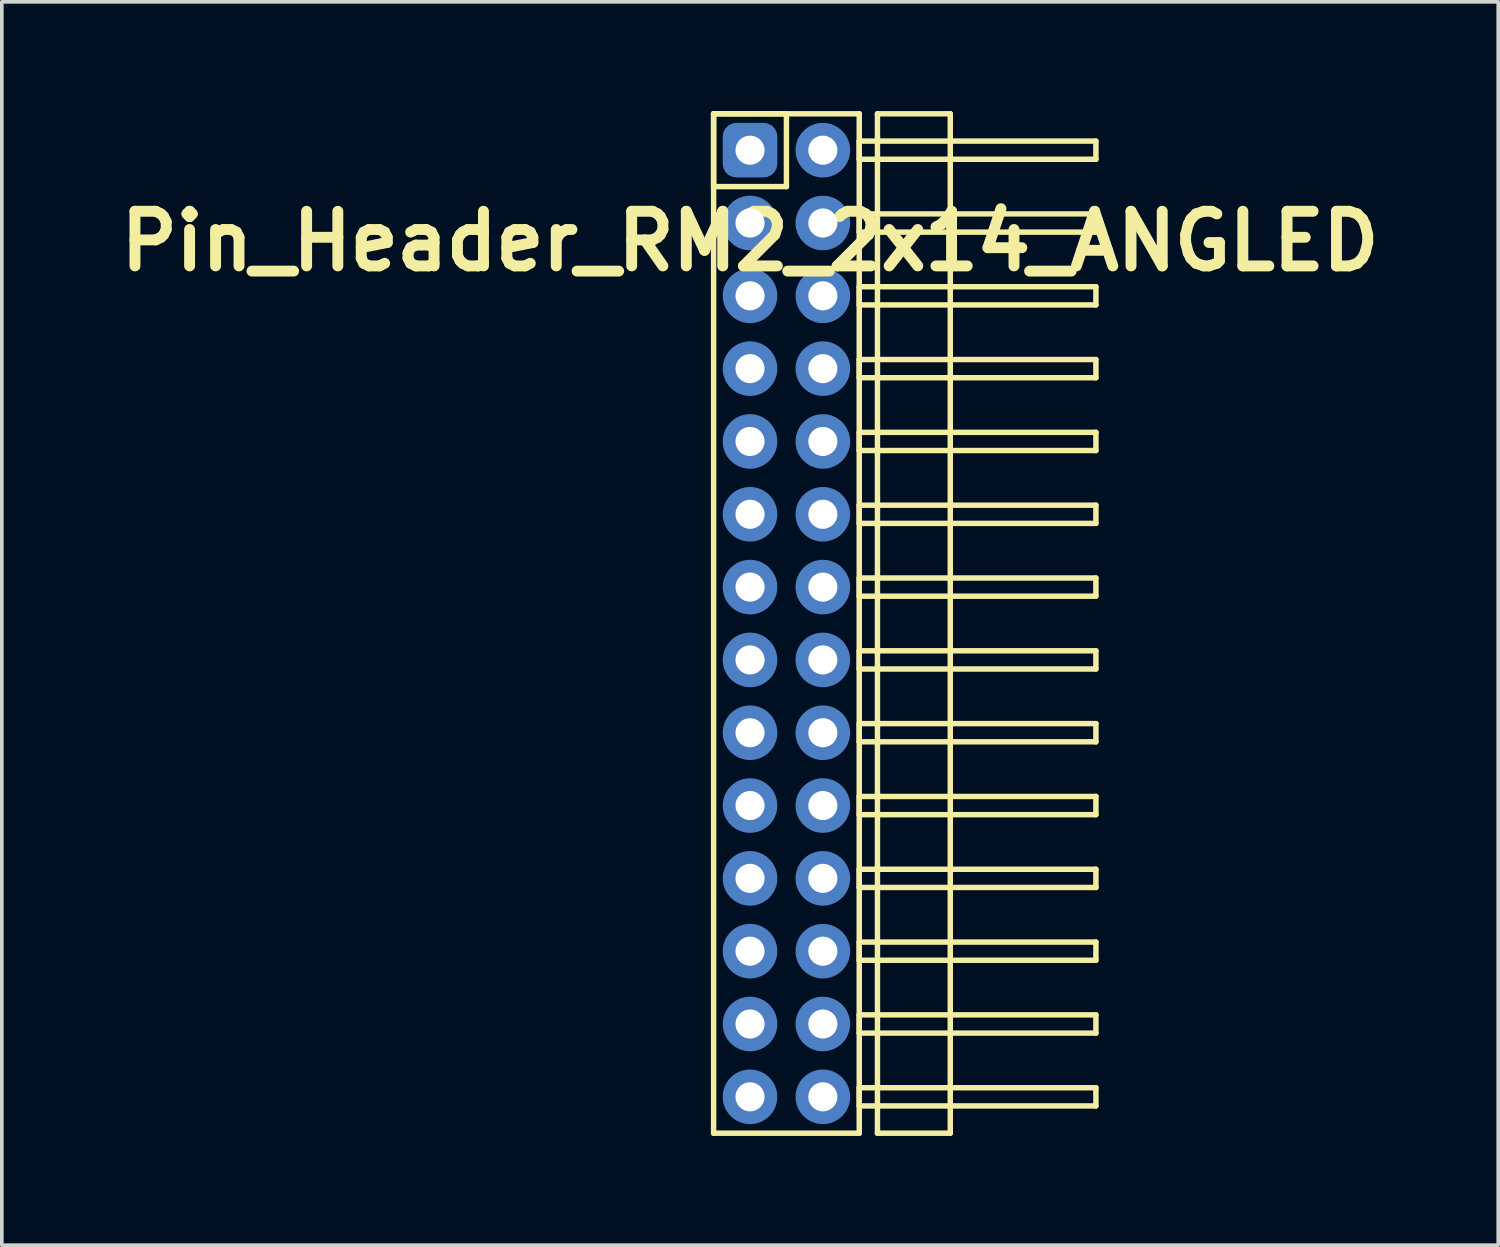
<source format=kicad_pcb>
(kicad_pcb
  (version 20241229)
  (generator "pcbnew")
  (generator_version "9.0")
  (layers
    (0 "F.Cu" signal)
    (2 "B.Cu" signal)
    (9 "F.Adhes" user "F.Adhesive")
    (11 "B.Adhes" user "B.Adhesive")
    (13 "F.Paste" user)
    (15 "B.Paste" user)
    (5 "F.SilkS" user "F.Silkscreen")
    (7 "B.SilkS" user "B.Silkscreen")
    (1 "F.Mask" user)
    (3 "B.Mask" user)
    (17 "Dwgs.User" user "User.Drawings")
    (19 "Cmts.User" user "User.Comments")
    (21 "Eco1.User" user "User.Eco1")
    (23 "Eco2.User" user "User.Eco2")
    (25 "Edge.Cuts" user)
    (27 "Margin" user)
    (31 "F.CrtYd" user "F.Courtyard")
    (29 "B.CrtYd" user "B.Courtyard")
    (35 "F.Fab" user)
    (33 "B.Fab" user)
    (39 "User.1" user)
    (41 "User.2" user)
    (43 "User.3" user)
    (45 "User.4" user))
  (footprint "Pin_Header_RM2_2x14_ANGLED"
    (layer "F.Cu")
    (at 17.55 1.075)
    (property "Reference" "Pin_Header_RM2_2x14_ANGLED" (at 0 2.5 0) (layer "F.SilkS") (effects (font (size 1.5 1.5) (thickness 0.3))))
    (attr through_hole)
    (fp_line (start -1 -1) (end 1 -1) (stroke (width 0.15) (type solid)) (layer "F.SilkS"))
    (fp_line (start -1 -1) (end 3 -1) (stroke (width 0.15) (type solid)) (layer "F.SilkS"))
    (fp_line (start -1 1) (end -1 -1) (stroke (width 0.15) (type solid)) (layer "F.SilkS"))
    (fp_line (start -1 27) (end -1 -1) (stroke (width 0.15) (type solid)) (layer "F.SilkS"))
    (fp_line (start 1 -1) (end 1 1) (stroke (width 0.15) (type solid)) (layer "F.SilkS"))
    (fp_line (start 1 1) (end -1 1) (stroke (width 0.15) (type solid)) (layer "F.SilkS"))
    (fp_line (start 3 -1) (end 3 27) (stroke (width 0.15) (type solid)) (layer "F.SilkS"))
    (fp_line (start 3 -0.25) (end 9.5 -0.25) (stroke (width 0.15) (type solid)) (layer "F.SilkS"))
    (fp_line (start 3 0.25) (end 3 -0.25) (stroke (width 0.15) (type solid)) (layer "F.SilkS"))
    (fp_line (start 3 1.75) (end 9.5 1.75) (stroke (width 0.15) (type solid)) (layer "F.SilkS"))
    (fp_line (start 3 2.25) (end 3 1.75) (stroke (width 0.15) (type solid)) (layer "F.SilkS"))
    (fp_line (start 3 3.75) (end 9.5 3.75) (stroke (width 0.15) (type solid)) (layer "F.SilkS"))
    (fp_line (start 3 4.25) (end 3 3.75) (stroke (width 0.15) (type solid)) (layer "F.SilkS"))
    (fp_line (start 3 5.75) (end 9.5 5.75) (stroke (width 0.15) (type solid)) (layer "F.SilkS"))
    (fp_line (start 3 6.25) (end 3 5.75) (stroke (width 0.15) (type solid)) (layer "F.SilkS"))
    (fp_line (start 3 7.75) (end 9.5 7.75) (stroke (width 0.15) (type solid)) (layer "F.SilkS"))
    (fp_line (start 3 8.25) (end 3 7.75) (stroke (width 0.15) (type solid)) (layer "F.SilkS"))
    (fp_line (start 3 9.75) (end 9.5 9.75) (stroke (width 0.15) (type solid)) (layer "F.SilkS"))
    (fp_line (start 3 10.25) (end 3 9.75) (stroke (width 0.15) (type solid)) (layer "F.SilkS"))
    (fp_line (start 3 11.75) (end 9.5 11.75) (stroke (width 0.15) (type solid)) (layer "F.SilkS"))
    (fp_line (start 3 12.25) (end 3 11.75) (stroke (width 0.15) (type solid)) (layer "F.SilkS"))
    (fp_line (start 3 13.75) (end 9.5 13.75) (stroke (width 0.15) (type solid)) (layer "F.SilkS"))
    (fp_line (start 3 14.25) (end 3 13.75) (stroke (width 0.15) (type solid)) (layer "F.SilkS"))
    (fp_line (start 3 15.75) (end 9.5 15.75) (stroke (width 0.15) (type solid)) (layer "F.SilkS"))
    (fp_line (start 3 16.25) (end 3 15.75) (stroke (width 0.15) (type solid)) (layer "F.SilkS"))
    (fp_line (start 3 17.75) (end 9.5 17.75) (stroke (width 0.15) (type solid)) (layer "F.SilkS"))
    (fp_line (start 3 18.25) (end 3 17.75) (stroke (width 0.15) (type solid)) (layer "F.SilkS"))
    (fp_line (start 3 19.75) (end 9.5 19.75) (stroke (width 0.15) (type solid)) (layer "F.SilkS"))
    (fp_line (start 3 20.25) (end 3 19.75) (stroke (width 0.15) (type solid)) (layer "F.SilkS"))
    (fp_line (start 3 21.75) (end 9.5 21.75) (stroke (width 0.15) (type solid)) (layer "F.SilkS"))
    (fp_line (start 3 22.25) (end 3 21.75) (stroke (width 0.15) (type solid)) (layer "F.SilkS"))
    (fp_line (start 3 23.75) (end 9.5 23.75) (stroke (width 0.15) (type solid)) (layer "F.SilkS"))
    (fp_line (start 3 24.25) (end 3 23.75) (stroke (width 0.15) (type solid)) (layer "F.SilkS"))
    (fp_line (start 3 25.75) (end 9.5 25.75) (stroke (width 0.15) (type solid)) (layer "F.SilkS"))
    (fp_line (start 3 26.25) (end 3 25.75) (stroke (width 0.15) (type solid)) (layer "F.SilkS"))
    (fp_line (start 3 27) (end -1 27) (stroke (width 0.15) (type solid)) (layer "F.SilkS"))
    (fp_line (start 3.5 -1) (end 5.5 -1) (stroke (width 0.15) (type solid)) (layer "F.SilkS"))
    (fp_line (start 3.5 27) (end 3.5 -1) (stroke (width 0.15) (type solid)) (layer "F.SilkS"))
    (fp_line (start 5.5 -1) (end 5.5 27) (stroke (width 0.15) (type solid)) (layer "F.SilkS"))
    (fp_line (start 5.5 27) (end 3.5 27) (stroke (width 0.15) (type solid)) (layer "F.SilkS"))
    (fp_line (start 9.5 -0.25) (end 9.5 0.25) (stroke (width 0.15) (type solid)) (layer "F.SilkS"))
    (fp_line (start 9.5 0.25) (end 3 0.25) (stroke (width 0.15) (type solid)) (layer "F.SilkS"))
    (fp_line (start 9.5 1.75) (end 9.5 2.25) (stroke (width 0.15) (type solid)) (layer "F.SilkS"))
    (fp_line (start 9.5 2.25) (end 3 2.25) (stroke (width 0.15) (type solid)) (layer "F.SilkS"))
    (fp_line (start 9.5 3.75) (end 9.5 4.25) (stroke (width 0.15) (type solid)) (layer "F.SilkS"))
    (fp_line (start 9.5 4.25) (end 3 4.25) (stroke (width 0.15) (type solid)) (layer "F.SilkS"))
    (fp_line (start 9.5 5.75) (end 9.5 6.25) (stroke (width 0.15) (type solid)) (layer "F.SilkS"))
    (fp_line (start 9.5 6.25) (end 3 6.25) (stroke (width 0.15) (type solid)) (layer "F.SilkS"))
    (fp_line (start 9.5 7.75) (end 9.5 8.25) (stroke (width 0.15) (type solid)) (layer "F.SilkS"))
    (fp_line (start 9.5 8.25) (end 3 8.25) (stroke (width 0.15) (type solid)) (layer "F.SilkS"))
    (fp_line (start 9.5 9.75) (end 9.5 10.25) (stroke (width 0.15) (type solid)) (layer "F.SilkS"))
    (fp_line (start 9.5 10.25) (end 3 10.25) (stroke (width 0.15) (type solid)) (layer "F.SilkS"))
    (fp_line (start 9.5 11.75) (end 9.5 12.25) (stroke (width 0.15) (type solid)) (layer "F.SilkS"))
    (fp_line (start 9.5 12.25) (end 3 12.25) (stroke (width 0.15) (type solid)) (layer "F.SilkS"))
    (fp_line (start 9.5 13.75) (end 9.5 14.25) (stroke (width 0.15) (type solid)) (layer "F.SilkS"))
    (fp_line (start 9.5 14.25) (end 3 14.25) (stroke (width 0.15) (type solid)) (layer "F.SilkS"))
    (fp_line (start 9.5 15.75) (end 9.5 16.25) (stroke (width 0.15) (type solid)) (layer "F.SilkS"))
    (fp_line (start 9.5 16.25) (end 3 16.25) (stroke (width 0.15) (type solid)) (layer "F.SilkS"))
    (fp_line (start 9.5 17.75) (end 9.5 18.25) (stroke (width 0.15) (type solid)) (layer "F.SilkS"))
    (fp_line (start 9.5 18.25) (end 3 18.25) (stroke (width 0.15) (type solid)) (layer "F.SilkS"))
    (fp_line (start 9.5 19.75) (end 9.5 20.25) (stroke (width 0.15) (type solid)) (layer "F.SilkS"))
    (fp_line (start 9.5 20.25) (end 3 20.25) (stroke (width 0.15) (type solid)) (layer "F.SilkS"))
    (fp_line (start 9.5 21.75) (end 9.5 22.25) (stroke (width 0.15) (type solid)) (layer "F.SilkS"))
    (fp_line (start 9.5 22.25) (end 3 22.25) (stroke (width 0.15) (type solid)) (layer "F.SilkS"))
    (fp_line (start 9.5 23.75) (end 9.5 24.25) (stroke (width 0.15) (type solid)) (layer "F.SilkS"))
    (fp_line (start 9.5 24.25) (end 3 24.25) (stroke (width 0.15) (type solid)) (layer "F.SilkS"))
    (fp_line (start 9.5 25.75) (end 9.5 26.25) (stroke (width 0.15) (type solid)) (layer "F.SilkS"))
    (fp_line (start 9.5 26.25) (end 3 26.25) (stroke (width 0.15) (type solid)) (layer "F.SilkS"))
    (pad "1" thru_hole circle (at 0 0) (size 1.1 1.1) (drill 0.8) (layers "*.Cu" "*.Mask"))
    (pad "1" smd roundrect (at 0 0) (size 1.25 1.25) (layers "F.Cu" "F.Mask") (roundrect_rratio 0.25))
    (pad "1" smd roundrect (at 0 0) (size 1.5 1.5) (layers "B.Cu" "B.Mask") (roundrect_rratio 0.25))
    (pad "2" thru_hole circle (at 2 0) (size 1.1 1.1) (drill 0.8) (layers "*.Cu" "*.Mask"))
    (pad "2" smd circle (at 2 0) (size 1.25 1.25) (layers "F.Cu" "F.Mask"))
    (pad "2" smd circle (at 2 0) (size 1.5 1.5) (layers "B.Cu" "B.Mask"))
    (pad "3" thru_hole circle (at 0 2) (size 1.1 1.1) (drill 0.8) (layers "*.Cu" "*.Mask"))
    (pad "3" smd circle (at 0 2) (size 1.25 1.25) (layers "F.Cu" "F.Mask"))
    (pad "3" smd circle (at 0 2) (size 1.5 1.5) (layers "B.Cu" "B.Mask"))
    (pad "4" thru_hole circle (at 2 2) (size 1.1 1.1) (drill 0.8) (layers "*.Cu" "*.Mask"))
    (pad "4" smd circle (at 2 2) (size 1.25 1.25) (layers "F.Cu" "F.Mask"))
    (pad "4" smd circle (at 2 2) (size 1.5 1.5) (layers "B.Cu" "B.Mask"))
    (pad "5" thru_hole circle (at 0 4) (size 1.1 1.1) (drill 0.8) (layers "*.Cu" "*.Mask"))
    (pad "5" smd circle (at 0 4) (size 1.25 1.25) (layers "F.Cu" "F.Mask"))
    (pad "5" smd circle (at 0 4) (size 1.5 1.5) (layers "B.Cu" "B.Mask"))
    (pad "6" thru_hole circle (at 2 4) (size 1.1 1.1) (drill 0.8) (layers "*.Cu" "*.Mask"))
    (pad "6" smd circle (at 2 4) (size 1.25 1.25) (layers "F.Cu" "F.Mask"))
    (pad "6" smd circle (at 2 4) (size 1.5 1.5) (layers "B.Cu" "B.Mask"))
    (pad "7" thru_hole circle (at 0 6) (size 1.1 1.1) (drill 0.8) (layers "*.Cu" "*.Mask"))
    (pad "7" smd circle (at 0 6) (size 1.25 1.25) (layers "F.Cu" "F.Mask"))
    (pad "7" smd circle (at 0 6) (size 1.5 1.5) (layers "B.Cu" "B.Mask"))
    (pad "8" thru_hole circle (at 2 6) (size 1.1 1.1) (drill 0.8) (layers "*.Cu" "*.Mask"))
    (pad "8" smd circle (at 2 6) (size 1.25 1.25) (layers "F.Cu" "F.Mask"))
    (pad "8" smd circle (at 2 6) (size 1.5 1.5) (layers "B.Cu" "B.Mask"))
    (pad "9" thru_hole circle (at 0 8) (size 1.1 1.1) (drill 0.8) (layers "*.Cu" "*.Mask"))
    (pad "9" smd circle (at 0 8) (size 1.25 1.25) (layers "F.Cu" "F.Mask"))
    (pad "9" smd circle (at 0 8) (size 1.5 1.5) (layers "B.Cu" "B.Mask"))
    (pad "10" thru_hole circle (at 2 8) (size 1.1 1.1) (drill 0.8) (layers "*.Cu" "*.Mask"))
    (pad "10" smd circle (at 2 8) (size 1.25 1.25) (layers "F.Cu" "F.Mask"))
    (pad "10" smd circle (at 2 8) (size 1.5 1.5) (layers "B.Cu" "B.Mask"))
    (pad "11" thru_hole circle (at 0 10) (size 1.1 1.1) (drill 0.8) (layers "*.Cu" "*.Mask"))
    (pad "11" smd circle (at 0 10) (size 1.25 1.25) (layers "F.Cu" "F.Mask"))
    (pad "11" smd circle (at 0 10) (size 1.5 1.5) (layers "B.Cu" "B.Mask"))
    (pad "12" thru_hole circle (at 2 10) (size 1.1 1.1) (drill 0.8) (layers "*.Cu" "*.Mask"))
    (pad "12" smd circle (at 2 10) (size 1.25 1.25) (layers "F.Cu" "F.Mask"))
    (pad "12" smd circle (at 2 10) (size 1.5 1.5) (layers "B.Cu" "B.Mask"))
    (pad "13" thru_hole circle (at 0 12) (size 1.1 1.1) (drill 0.8) (layers "*.Cu" "*.Mask"))
    (pad "13" smd circle (at 0 12) (size 1.25 1.25) (layers "F.Cu" "F.Mask"))
    (pad "13" smd circle (at 0 12) (size 1.5 1.5) (layers "B.Cu" "B.Mask"))
    (pad "14" thru_hole circle (at 2 12) (size 1.1 1.1) (drill 0.8) (layers "*.Cu" "*.Mask"))
    (pad "14" smd circle (at 2 12) (size 1.25 1.25) (layers "F.Cu" "F.Mask"))
    (pad "14" smd circle (at 2 12) (size 1.5 1.5) (layers "B.Cu" "B.Mask"))
    (pad "15" thru_hole circle (at 0 14) (size 1.1 1.1) (drill 0.8) (layers "*.Cu" "*.Mask"))
    (pad "15" smd circle (at 0 14) (size 1.25 1.25) (layers "F.Cu" "F.Mask"))
    (pad "15" smd circle (at 0 14) (size 1.5 1.5) (layers "B.Cu" "B.Mask"))
    (pad "16" thru_hole circle (at 2 14) (size 1.1 1.1) (drill 0.8) (layers "*.Cu" "*.Mask"))
    (pad "16" smd circle (at 2 14) (size 1.25 1.25) (layers "F.Cu" "F.Mask"))
    (pad "16" smd circle (at 2 14) (size 1.5 1.5) (layers "B.Cu" "B.Mask"))
    (pad "17" thru_hole circle (at 0 16) (size 1.1 1.1) (drill 0.8) (layers "*.Cu" "*.Mask"))
    (pad "17" smd circle (at 0 16) (size 1.25 1.25) (layers "F.Cu" "F.Mask"))
    (pad "17" smd circle (at 0 16) (size 1.5 1.5) (layers "B.Cu" "B.Mask"))
    (pad "18" thru_hole circle (at 2 16) (size 1.1 1.1) (drill 0.8) (layers "*.Cu" "*.Mask"))
    (pad "18" smd circle (at 2 16) (size 1.25 1.25) (layers "F.Cu" "F.Mask"))
    (pad "18" smd circle (at 2 16) (size 1.5 1.5) (layers "B.Cu" "B.Mask"))
    (pad "19" thru_hole circle (at 0 18) (size 1.1 1.1) (drill 0.8) (layers "*.Cu" "*.Mask"))
    (pad "19" smd circle (at 0 18) (size 1.25 1.25) (layers "F.Cu" "F.Mask"))
    (pad "19" smd circle (at 0 18) (size 1.5 1.5) (layers "B.Cu" "B.Mask"))
    (pad "20" thru_hole circle (at 2 18) (size 1.1 1.1) (drill 0.8) (layers "*.Cu" "*.Mask"))
    (pad "20" smd circle (at 2 18) (size 1.25 1.25) (layers "F.Cu" "F.Mask"))
    (pad "20" smd circle (at 2 18) (size 1.5 1.5) (layers "B.Cu" "B.Mask"))
    (pad "21" thru_hole circle (at 0 20) (size 1.1 1.1) (drill 0.8) (layers "*.Cu" "*.Mask"))
    (pad "21" smd circle (at 0 20) (size 1.25 1.25) (layers "F.Cu" "F.Mask"))
    (pad "21" smd circle (at 0 20) (size 1.5 1.5) (layers "B.Cu" "B.Mask"))
    (pad "22" thru_hole circle (at 2 20) (size 1.1 1.1) (drill 0.8) (layers "*.Cu" "*.Mask"))
    (pad "22" smd circle (at 2 20) (size 1.25 1.25) (layers "F.Cu" "F.Mask"))
    (pad "22" smd circle (at 2 20) (size 1.5 1.5) (layers "B.Cu" "B.Mask"))
    (pad "23" thru_hole circle (at 0 22) (size 1.1 1.1) (drill 0.8) (layers "*.Cu" "*.Mask"))
    (pad "23" smd circle (at 0 22) (size 1.25 1.25) (layers "F.Cu" "F.Mask"))
    (pad "23" smd circle (at 0 22) (size 1.5 1.5) (layers "B.Cu" "B.Mask"))
    (pad "24" thru_hole circle (at 2 22) (size 1.1 1.1) (drill 0.8) (layers "*.Cu" "*.Mask"))
    (pad "24" smd circle (at 2 22) (size 1.25 1.25) (layers "F.Cu" "F.Mask"))
    (pad "24" smd circle (at 2 22) (size 1.5 1.5) (layers "B.Cu" "B.Mask"))
    (pad "25" thru_hole circle (at 0 24) (size 1.1 1.1) (drill 0.8) (layers "*.Cu" "*.Mask"))
    (pad "25" smd circle (at 0 24) (size 1.25 1.25) (layers "F.Cu" "F.Mask"))
    (pad "25" smd circle (at 0 24) (size 1.5 1.5) (layers "B.Cu" "B.Mask"))
    (pad "26" thru_hole circle (at 2 24) (size 1.1 1.1) (drill 0.8) (layers "*.Cu" "*.Mask"))
    (pad "26" smd circle (at 2 24) (size 1.25 1.25) (layers "F.Cu" "F.Mask"))
    (pad "26" smd circle (at 2 24) (size 1.5 1.5) (layers "B.Cu" "B.Mask"))
    (pad "27" thru_hole circle (at 0 26) (size 1.1 1.1) (drill 0.8) (layers "*.Cu" "*.Mask"))
    (pad "27" smd circle (at 0 26) (size 1.25 1.25) (layers "F.Cu" "F.Mask"))
    (pad "27" smd circle (at 0 26) (size 1.5 1.5) (layers "B.Cu" "B.Mask"))
    (pad "28" thru_hole circle (at 2 26) (size 1.1 1.1) (drill 0.8) (layers "*.Cu" "*.Mask"))
    (pad "28" smd circle (at 2 26) (size 1.25 1.25) (layers "F.Cu" "F.Mask"))
    (pad "28" smd circle (at 2 26) (size 1.5 1.5) (layers "B.Cu" "B.Mask")))
  (gr_rect
    (start -3 -3)
    (end 38.1 31.15)
    (stroke (width 0.1) (type default))
    (fill no)
    (layer "Edge.Cuts")))
</source>
